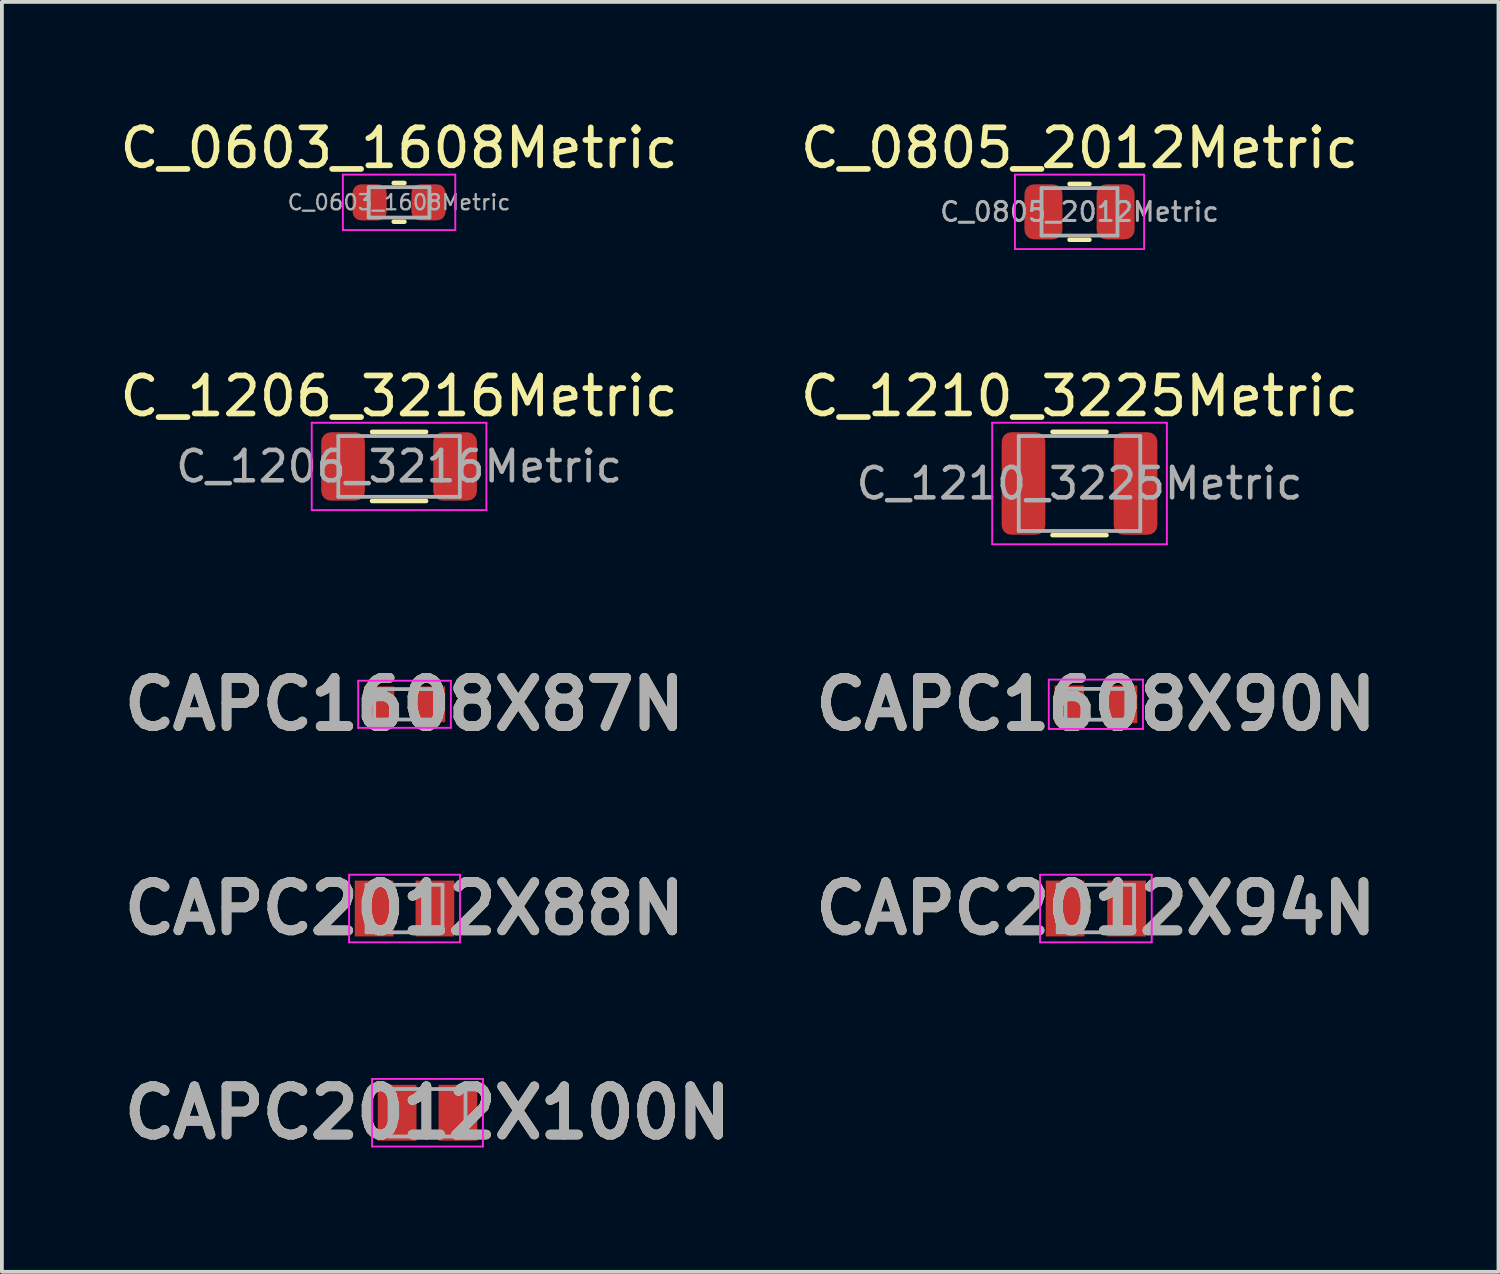
<source format=kicad_pcb>
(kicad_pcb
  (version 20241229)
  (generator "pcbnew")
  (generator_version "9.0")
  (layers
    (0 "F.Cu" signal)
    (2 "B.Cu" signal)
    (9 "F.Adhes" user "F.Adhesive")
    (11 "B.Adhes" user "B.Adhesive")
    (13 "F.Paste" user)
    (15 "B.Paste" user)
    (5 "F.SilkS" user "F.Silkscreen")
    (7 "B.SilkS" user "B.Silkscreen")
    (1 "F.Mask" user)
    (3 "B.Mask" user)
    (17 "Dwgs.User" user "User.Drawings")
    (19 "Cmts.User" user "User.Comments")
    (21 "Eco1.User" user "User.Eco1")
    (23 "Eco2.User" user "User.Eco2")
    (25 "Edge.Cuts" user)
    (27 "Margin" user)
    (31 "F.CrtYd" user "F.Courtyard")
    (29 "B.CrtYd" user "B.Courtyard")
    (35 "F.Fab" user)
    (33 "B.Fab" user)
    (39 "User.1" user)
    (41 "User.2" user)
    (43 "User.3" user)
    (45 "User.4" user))
  (footprint "C_1210_3225Metric"
    (layer "F.Cu")
    (at 25.375 9.681)
    (property "Reference" "C_1210_3225Metric" (at 0 -2.3 0) (layer "F.SilkS") (effects (font (size 1 1) (thickness 0.15))))
    (attr smd)
    (fp_line (start -0.711 -1.36) (end 0.711 -1.36) (stroke (width 0.12) (type solid)) (layer "F.SilkS"))
    (fp_line (start -0.711 1.36) (end 0.711 1.36) (stroke (width 0.12) (type solid)) (layer "F.SilkS"))
    (fp_line (start -2.3 -1.6) (end 2.3 -1.6) (stroke (width 0.05) (type solid)) (layer "F.CrtYd"))
    (fp_line (start -2.3 1.6) (end -2.3 -1.6) (stroke (width 0.05) (type solid)) (layer "F.CrtYd"))
    (fp_line (start 2.3 -1.6) (end 2.3 1.6) (stroke (width 0.05) (type solid)) (layer "F.CrtYd"))
    (fp_line (start 2.3 1.6) (end -2.3 1.6) (stroke (width 0.05) (type solid)) (layer "F.CrtYd"))
    (fp_line (start -1.6 -1.25) (end 1.6 -1.25) (stroke (width 0.1) (type solid)) (layer "F.Fab"))
    (fp_line (start -1.6 1.25) (end -1.6 -1.25) (stroke (width 0.1) (type solid)) (layer "F.Fab"))
    (fp_line (start 1.6 -1.25) (end 1.6 1.25) (stroke (width 0.1) (type solid)) (layer "F.Fab"))
    (fp_line (start 1.6 1.25) (end -1.6 1.25) (stroke (width 0.1) (type solid)) (layer "F.Fab"))
    (fp_text user "${REFERENCE}" (at 0 0 0) (layer "F.Fab") (effects (font (size 0.8 0.8) (thickness 0.12))))
    (pad "1" smd roundrect (at -1.475 0) (size 1.15 2.7) (layers "F.Cu" "F.Mask" "F.Paste") (roundrect_rratio 0.217))
    (pad "2" smd roundrect (at 1.475 0) (size 1.15 2.7) (layers "F.Cu" "F.Mask" "F.Paste") (roundrect_rratio 0.217)))
  (footprint "CAPC2012X94N"
    (layer "F.Cu")
    (at 25.806 20.873)
    (property "Reference" "CAPC2012X94N" (at 0 0 0) (layer "F.SilkS") (effects (font (size 1.27 1.27) (thickness 0.254))))
    (attr smd)
    (fp_line (start -1.47 -0.89) (end 1.47 -0.89) (stroke (width 0.05) (type solid)) (layer "F.CrtYd"))
    (fp_line (start -1.47 0.89) (end -1.47 -0.89) (stroke (width 0.05) (type solid)) (layer "F.CrtYd"))
    (fp_line (start 1.47 -0.89) (end 1.47 0.89) (stroke (width 0.05) (type solid)) (layer "F.CrtYd"))
    (fp_line (start 1.47 0.89) (end -1.47 0.89) (stroke (width 0.05) (type solid)) (layer "F.CrtYd"))
    (fp_line (start -1.005 -0.625) (end 1.005 -0.625) (stroke (width 0.1) (type solid)) (layer "F.Fab"))
    (fp_line (start -1.005 0.625) (end -1.005 -0.625) (stroke (width 0.1) (type solid)) (layer "F.Fab"))
    (fp_line (start 1.005 -0.625) (end 1.005 0.625) (stroke (width 0.1) (type solid)) (layer "F.Fab"))
    (fp_line (start 1.005 0.625) (end -1.005 0.625) (stroke (width 0.1) (type solid)) (layer "F.Fab"))
    (fp_text user "${REFERENCE}" (at 0 0 0) (layer "F.Fab") (effects (font (size 1.27 1.27) (thickness 0.254))))
    (pad "1" smd rect (at -0.81 0) (size 1.02 1.47) (layers "F.Cu" "F.Mask" "F.Paste"))
    (pad "2" smd rect (at 0.81 0) (size 1.02 1.47) (layers "F.Cu" "F.Mask" "F.Paste")))
  (footprint "CAPC1608X90N"
    (layer "F.Cu")
    (at 25.806 15.495)
    (property "Reference" "CAPC1608X90N" (at 0 0 0) (layer "F.SilkS") (effects (font (size 1.27 1.27) (thickness 0.254))))
    (attr smd)
    (fp_line (start -1.24 -0.65) (end 1.24 -0.65) (stroke (width 0.05) (type solid)) (layer "F.CrtYd"))
    (fp_line (start -1.24 0.65) (end -1.24 -0.65) (stroke (width 0.05) (type solid)) (layer "F.CrtYd"))
    (fp_line (start 1.24 -0.65) (end 1.24 0.65) (stroke (width 0.05) (type solid)) (layer "F.CrtYd"))
    (fp_line (start 1.24 0.65) (end -1.24 0.65) (stroke (width 0.05) (type solid)) (layer "F.CrtYd"))
    (fp_line (start -0.8 -0.405) (end 0.8 -0.405) (stroke (width 0.1) (type solid)) (layer "F.Fab"))
    (fp_line (start -0.8 0.405) (end -0.8 -0.405) (stroke (width 0.1) (type solid)) (layer "F.Fab"))
    (fp_line (start 0.8 -0.405) (end 0.8 0.405) (stroke (width 0.1) (type solid)) (layer "F.Fab"))
    (fp_line (start 0.8 0.405) (end -0.8 0.405) (stroke (width 0.1) (type solid)) (layer "F.Fab"))
    (fp_text user "${REFERENCE}" (at 0 0 0) (layer "F.Fab") (effects (font (size 1.27 1.27) (thickness 0.254))))
    (pad "1" smd rect (at -0.7 0) (size 0.78 0.99) (layers "F.Cu" "F.Mask" "F.Paste"))
    (pad "2" smd rect (at 0.7 0) (size 0.78 0.99) (layers "F.Cu" "F.Mask" "F.Paste")))
  (footprint "C_0805_2012Metric"
    (layer "F.Cu")
    (at 25.375 2.528)
    (property "Reference" "C_0805_2012Metric" (at 0 -1.68 0) (layer "F.SilkS") (effects (font (size 1 1) (thickness 0.15))))
    (attr smd)
    (fp_line (start -0.261 -0.735) (end 0.261 -0.735) (stroke (width 0.12) (type solid)) (layer "F.SilkS"))
    (fp_line (start -0.261 0.735) (end 0.261 0.735) (stroke (width 0.12) (type solid)) (layer "F.SilkS"))
    (fp_line (start -1.7 -0.98) (end 1.7 -0.98) (stroke (width 0.05) (type solid)) (layer "F.CrtYd"))
    (fp_line (start -1.7 0.98) (end -1.7 -0.98) (stroke (width 0.05) (type solid)) (layer "F.CrtYd"))
    (fp_line (start 1.7 -0.98) (end 1.7 0.98) (stroke (width 0.05) (type solid)) (layer "F.CrtYd"))
    (fp_line (start 1.7 0.98) (end -1.7 0.98) (stroke (width 0.05) (type solid)) (layer "F.CrtYd"))
    (fp_line (start -1 -0.625) (end 1 -0.625) (stroke (width 0.1) (type solid)) (layer "F.Fab"))
    (fp_line (start -1 0.625) (end -1 -0.625) (stroke (width 0.1) (type solid)) (layer "F.Fab"))
    (fp_line (start 1 -0.625) (end 1 0.625) (stroke (width 0.1) (type solid)) (layer "F.Fab"))
    (fp_line (start 1 0.625) (end -1 0.625) (stroke (width 0.1) (type solid)) (layer "F.Fab"))
    (fp_text user "${REFERENCE}" (at 0 0 0) (layer "F.Fab") (effects (font (size 0.5 0.5) (thickness 0.08))))
    (pad "1" smd roundrect (at -0.95 0) (size 1 1.45) (layers "F.Cu" "F.Mask" "F.Paste") (roundrect_rratio 0.25))
    (pad "2" smd roundrect (at 0.95 0) (size 1 1.45) (layers "F.Cu" "F.Mask" "F.Paste") (roundrect_rratio 0.25)))
  (footprint "CAPC1608X87N"
    (layer "F.Cu")
    (at 7.602 15.495)
    (property "Reference" "CAPC1608X87N" (at 0 0 0) (layer "F.SilkS") (effects (font (size 1.27 1.27) (thickness 0.254))))
    (attr smd)
    (fp_line (start -1.22 -0.62) (end 1.22 -0.62) (stroke (width 0.05) (type solid)) (layer "F.CrtYd"))
    (fp_line (start -1.22 0.62) (end -1.22 -0.62) (stroke (width 0.05) (type solid)) (layer "F.CrtYd"))
    (fp_line (start 1.22 -0.62) (end 1.22 0.62) (stroke (width 0.05) (type solid)) (layer "F.CrtYd"))
    (fp_line (start 1.22 0.62) (end -1.22 0.62) (stroke (width 0.05) (type solid)) (layer "F.CrtYd"))
    (fp_line (start -0.8 -0.4) (end 0.8 -0.4) (stroke (width 0.1) (type solid)) (layer "F.Fab"))
    (fp_line (start -0.8 0.4) (end -0.8 -0.4) (stroke (width 0.1) (type solid)) (layer "F.Fab"))
    (fp_line (start 0.8 -0.4) (end 0.8 0.4) (stroke (width 0.1) (type solid)) (layer "F.Fab"))
    (fp_line (start 0.8 0.4) (end -0.8 0.4) (stroke (width 0.1) (type solid)) (layer "F.Fab"))
    (fp_text user "${REFERENCE}" (at 0 0 0) (layer "F.Fab") (effects (font (size 1.27 1.27) (thickness 0.254))))
    (pad "1" smd rect (at -0.67 0) (size 0.8 0.94) (layers "F.Cu" "F.Mask" "F.Paste"))
    (pad "2" smd rect (at 0.67 0) (size 0.8 0.94) (layers "F.Cu" "F.Mask" "F.Paste")))
  (footprint "CAPC2012X100N"
    (layer "F.Cu")
    (at 8.207 26.25)
    (property "Reference" "CAPC2012X100N" (at 0 0 0) (layer "F.SilkS") (effects (font (size 1.27 1.27) (thickness 0.254))))
    (attr smd)
    (fp_line (start -1.46 -0.89) (end 1.46 -0.89) (stroke (width 0.05) (type solid)) (layer "F.CrtYd"))
    (fp_line (start -1.46 0.89) (end -1.46 -0.89) (stroke (width 0.05) (type solid)) (layer "F.CrtYd"))
    (fp_line (start 1.46 -0.89) (end 1.46 0.89) (stroke (width 0.05) (type solid)) (layer "F.CrtYd"))
    (fp_line (start 1.46 0.89) (end -1.46 0.89) (stroke (width 0.05) (type solid)) (layer "F.CrtYd"))
    (fp_line (start -1 -0.625) (end 1 -0.625) (stroke (width 0.1) (type solid)) (layer "F.Fab"))
    (fp_line (start -1 0.625) (end -1 -0.625) (stroke (width 0.1) (type solid)) (layer "F.Fab"))
    (fp_line (start 1 -0.625) (end 1 0.625) (stroke (width 0.1) (type solid)) (layer "F.Fab"))
    (fp_line (start 1 0.625) (end -1 0.625) (stroke (width 0.1) (type solid)) (layer "F.Fab"))
    (fp_text user "${REFERENCE}" (at 0 0 0) (layer "F.Fab") (effects (font (size 1.27 1.27) (thickness 0.254))))
    (pad "1" smd rect (at -0.8 0) (size 1.02 1.47) (layers "F.Cu" "F.Mask" "F.Paste"))
    (pad "2" smd rect (at 0.8 0) (size 1.02 1.47) (layers "F.Cu" "F.Mask" "F.Paste")))
  (footprint "C_1206_3216Metric"
    (layer "F.Cu")
    (at 7.458 9.232)
    (property "Reference" "C_1206_3216Metric" (at 0 -1.85 0) (layer "F.SilkS") (effects (font (size 1 1) (thickness 0.15))))
    (attr smd)
    (fp_line (start -0.711 -0.91) (end 0.711 -0.91) (stroke (width 0.12) (type solid)) (layer "F.SilkS"))
    (fp_line (start -0.711 0.91) (end 0.711 0.91) (stroke (width 0.12) (type solid)) (layer "F.SilkS"))
    (fp_line (start -2.3 -1.15) (end 2.3 -1.15) (stroke (width 0.05) (type solid)) (layer "F.CrtYd"))
    (fp_line (start -2.3 1.15) (end -2.3 -1.15) (stroke (width 0.05) (type solid)) (layer "F.CrtYd"))
    (fp_line (start 2.3 -1.15) (end 2.3 1.15) (stroke (width 0.05) (type solid)) (layer "F.CrtYd"))
    (fp_line (start 2.3 1.15) (end -2.3 1.15) (stroke (width 0.05) (type solid)) (layer "F.CrtYd"))
    (fp_line (start -1.6 -0.8) (end 1.6 -0.8) (stroke (width 0.1) (type solid)) (layer "F.Fab"))
    (fp_line (start -1.6 0.8) (end -1.6 -0.8) (stroke (width 0.1) (type solid)) (layer "F.Fab"))
    (fp_line (start 1.6 -0.8) (end 1.6 0.8) (stroke (width 0.1) (type solid)) (layer "F.Fab"))
    (fp_line (start 1.6 0.8) (end -1.6 0.8) (stroke (width 0.1) (type solid)) (layer "F.Fab"))
    (fp_text user "${REFERENCE}" (at 0 0 0) (layer "F.Fab") (effects (font (size 0.8 0.8) (thickness 0.12))))
    (pad "1" smd roundrect (at -1.475 0) (size 1.15 1.8) (layers "F.Cu" "F.Mask" "F.Paste") (roundrect_rratio 0.217))
    (pad "2" smd roundrect (at 1.475 0) (size 1.15 1.8) (layers "F.Cu" "F.Mask" "F.Paste") (roundrect_rratio 0.217)))
  (footprint "C_0603_1608Metric"
    (layer "F.Cu")
    (at 7.458 2.278)
    (property "Reference" "C_0603_1608Metric" (at 0 -1.43 0) (layer "F.SilkS") (effects (font (size 1 1) (thickness 0.15))))
    (attr smd)
    (fp_line (start -0.141 -0.51) (end 0.141 -0.51) (stroke (width 0.12) (type solid)) (layer "F.SilkS"))
    (fp_line (start -0.141 0.51) (end 0.141 0.51) (stroke (width 0.12) (type solid)) (layer "F.SilkS"))
    (fp_line (start -1.48 -0.73) (end 1.48 -0.73) (stroke (width 0.05) (type solid)) (layer "F.CrtYd"))
    (fp_line (start -1.48 0.73) (end -1.48 -0.73) (stroke (width 0.05) (type solid)) (layer "F.CrtYd"))
    (fp_line (start 1.48 -0.73) (end 1.48 0.73) (stroke (width 0.05) (type solid)) (layer "F.CrtYd"))
    (fp_line (start 1.48 0.73) (end -1.48 0.73) (stroke (width 0.05) (type solid)) (layer "F.CrtYd"))
    (fp_line (start -0.8 -0.4) (end 0.8 -0.4) (stroke (width 0.1) (type solid)) (layer "F.Fab"))
    (fp_line (start -0.8 0.4) (end -0.8 -0.4) (stroke (width 0.1) (type solid)) (layer "F.Fab"))
    (fp_line (start 0.8 -0.4) (end 0.8 0.4) (stroke (width 0.1) (type solid)) (layer "F.Fab"))
    (fp_line (start 0.8 0.4) (end -0.8 0.4) (stroke (width 0.1) (type solid)) (layer "F.Fab"))
    (fp_text user "${REFERENCE}" (at 0 0 0) (layer "F.Fab") (effects (font (size 0.4 0.4) (thickness 0.06))))
    (pad "1" smd roundrect (at -0.775 0) (size 0.9 0.95) (layers "F.Cu" "F.Mask" "F.Paste") (roundrect_rratio 0.25))
    (pad "2" smd roundrect (at 0.775 0) (size 0.9 0.95) (layers "F.Cu" "F.Mask" "F.Paste") (roundrect_rratio 0.25)))
  (footprint "CAPC2012X88N"
    (layer "F.Cu")
    (at 7.602 20.873)
    (property "Reference" "CAPC2012X88N" (at 0 0 0) (layer "F.SilkS") (effects (font (size 1.27 1.27) (thickness 0.254))))
    (attr smd)
    (fp_line (start -1.46 -0.89) (end 1.46 -0.89) (stroke (width 0.05) (type solid)) (layer "F.CrtYd"))
    (fp_line (start -1.46 0.89) (end -1.46 -0.89) (stroke (width 0.05) (type solid)) (layer "F.CrtYd"))
    (fp_line (start 1.46 -0.89) (end 1.46 0.89) (stroke (width 0.05) (type solid)) (layer "F.CrtYd"))
    (fp_line (start 1.46 0.89) (end -1.46 0.89) (stroke (width 0.05) (type solid)) (layer "F.CrtYd"))
    (fp_line (start -1 -0.625) (end 1 -0.625) (stroke (width 0.1) (type solid)) (layer "F.Fab"))
    (fp_line (start -1 0.625) (end -1 -0.625) (stroke (width 0.1) (type solid)) (layer "F.Fab"))
    (fp_line (start 1 -0.625) (end 1 0.625) (stroke (width 0.1) (type solid)) (layer "F.Fab"))
    (fp_line (start 1 0.625) (end -1 0.625) (stroke (width 0.1) (type solid)) (layer "F.Fab"))
    (fp_text user "${REFERENCE}" (at 0 0 0) (layer "F.Fab") (effects (font (size 1.27 1.27) (thickness 0.254))))
    (pad "1" smd rect (at -0.8 0) (size 1.02 1.47) (layers "F.Cu" "F.Mask" "F.Paste"))
    (pad "2" smd rect (at 0.8 0) (size 1.02 1.47) (layers "F.Cu" "F.Mask" "F.Paste")))
  (gr_rect
    (start -3 -3)
    (end 36.407 30.439)
    (stroke (width 0.1) (type default))
    (fill no)
    (layer "Edge.Cuts")))
</source>
